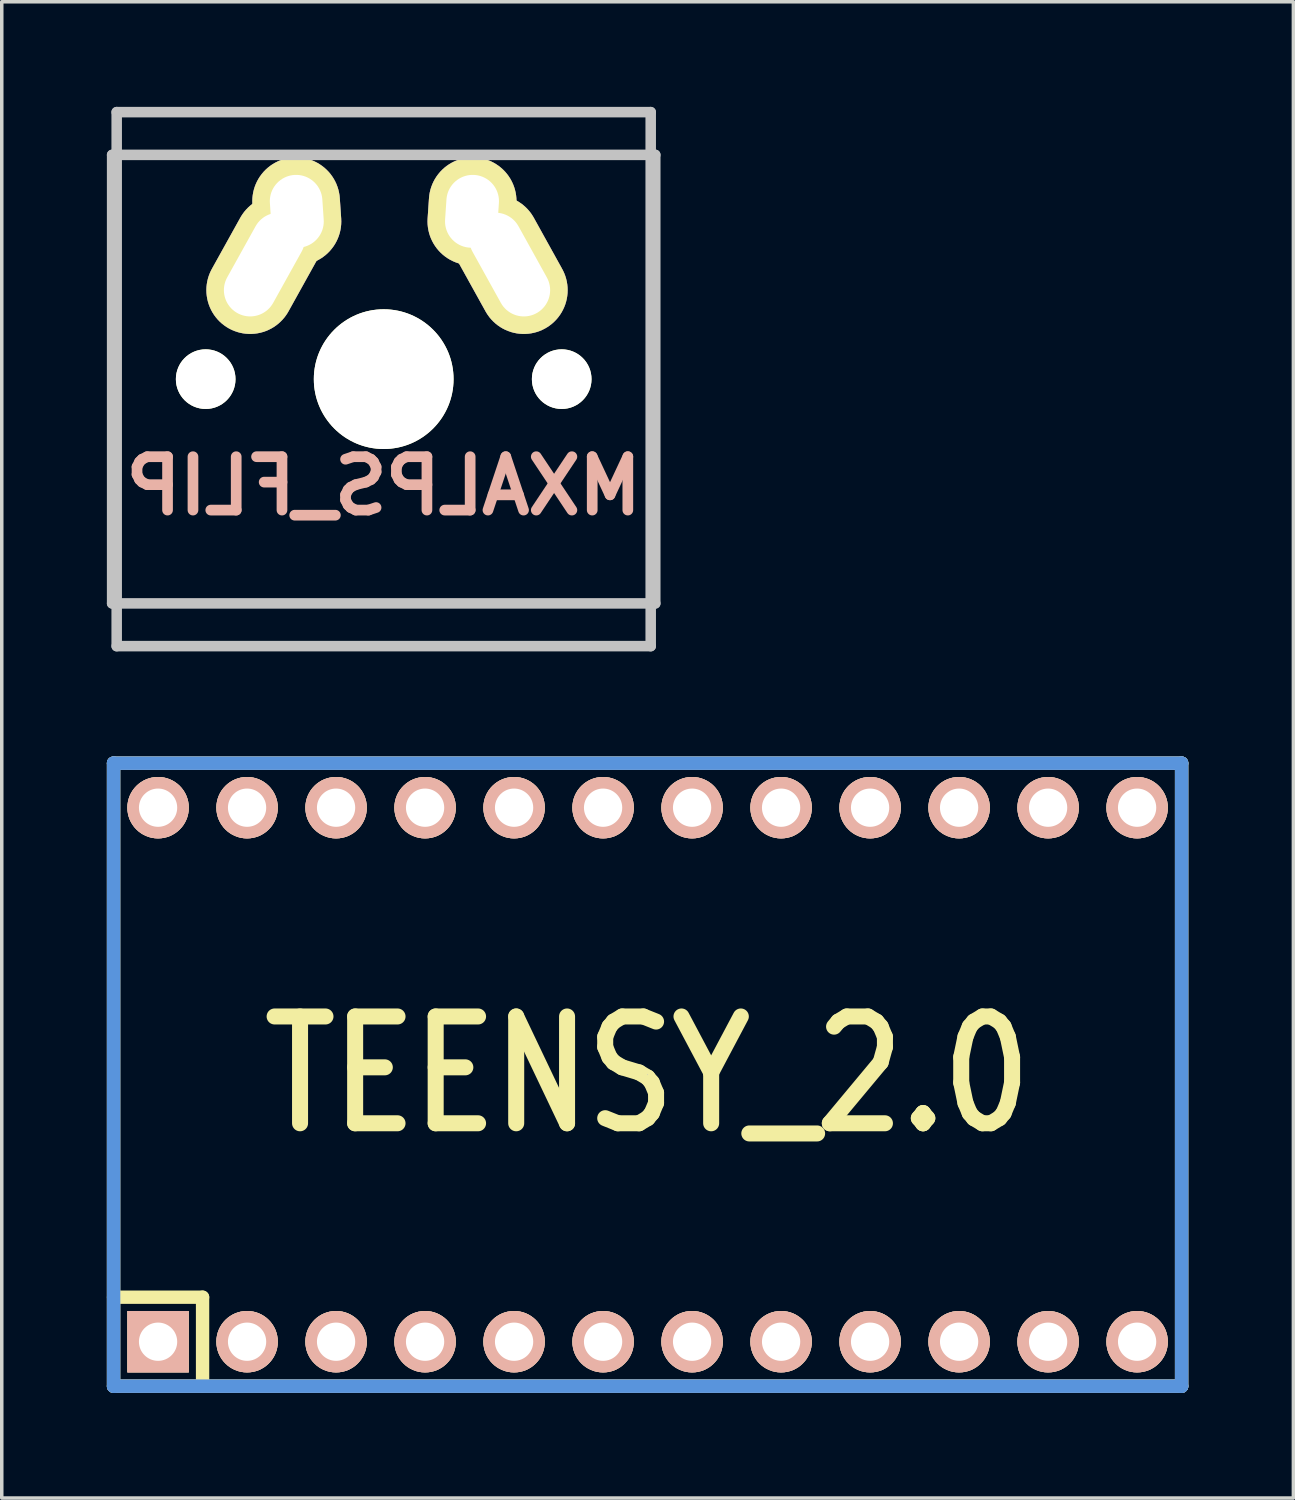
<source format=kicad_pcb>
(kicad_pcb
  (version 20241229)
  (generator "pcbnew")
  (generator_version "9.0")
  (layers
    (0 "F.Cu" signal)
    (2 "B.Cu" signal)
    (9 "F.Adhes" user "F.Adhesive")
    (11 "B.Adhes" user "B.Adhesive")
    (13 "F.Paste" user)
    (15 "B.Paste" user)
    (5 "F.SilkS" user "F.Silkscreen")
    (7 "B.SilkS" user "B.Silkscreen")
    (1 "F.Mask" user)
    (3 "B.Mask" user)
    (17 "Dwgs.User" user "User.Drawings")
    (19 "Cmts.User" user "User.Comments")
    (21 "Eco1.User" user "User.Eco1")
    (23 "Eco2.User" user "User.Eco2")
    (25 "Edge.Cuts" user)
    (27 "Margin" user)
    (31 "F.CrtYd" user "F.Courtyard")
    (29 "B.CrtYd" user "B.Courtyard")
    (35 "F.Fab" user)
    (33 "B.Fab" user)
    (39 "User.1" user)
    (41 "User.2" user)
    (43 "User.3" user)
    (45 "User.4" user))
  (footprint "TEENSY_2.0"
    (layer "F.Cu")
    (at 15.431 27.62)
    (property "Reference" "TEENSY_2.0" (at 0 0 0) (layer "F.SilkS") (effects (font (size 3.048 2.54) (thickness 0.457))))
    (attr through_hole)
    (fp_line (start -15.24 -8.89) (end -15.24 8.89) (stroke (width 0.381) (type solid)) (layer "F.SilkS"))
    (fp_line (start -15.24 6.35) (end -12.7 6.35) (stroke (width 0.381) (type solid)) (layer "F.SilkS"))
    (fp_line (start -15.24 8.89) (end 15.24 8.89) (stroke (width 0.381) (type solid)) (layer "F.SilkS"))
    (fp_line (start -12.7 6.35) (end -12.7 8.89) (stroke (width 0.381) (type solid)) (layer "F.SilkS"))
    (fp_line (start 15.24 -8.89) (end -15.24 -8.89) (stroke (width 0.381) (type solid)) (layer "F.SilkS"))
    (fp_line (start 15.24 8.89) (end 15.24 -8.89) (stroke (width 0.381) (type solid)) (layer "F.SilkS"))
    (fp_line (start -15.24 -8.89) (end -15.24 8.89) (stroke (width 0.381) (type solid)) (layer "Dwgs.User"))
    (fp_line (start -15.24 8.89) (end 15.24 8.89) (stroke (width 0.381) (type solid)) (layer "Dwgs.User"))
    (fp_line (start 0 0) (end 0 0) (stroke (width 0.025) (type solid)) (layer "Dwgs.User"))
    (fp_line (start 15.24 -8.89) (end -15.24 -8.89) (stroke (width 0.381) (type solid)) (layer "Dwgs.User"))
    (fp_line (start 15.24 8.89) (end 15.24 -8.89) (stroke (width 0.381) (type solid)) (layer "Dwgs.User"))
    (fp_line (start -15.24 -8.89) (end -15.24 8.89) (stroke (width 0.381) (type solid)) (layer "Cmts.User"))
    (fp_line (start -15.24 8.89) (end 15.24 8.89) (stroke (width 0.381) (type solid)) (layer "Cmts.User"))
    (fp_line (start 15.24 -8.89) (end -15.24 -8.89) (stroke (width 0.381) (type solid)) (layer "Cmts.User"))
    (fp_line (start 15.24 8.89) (end 15.24 -8.89) (stroke (width 0.381) (type solid)) (layer "Cmts.User"))
    (pad "1" thru_hole rect (at -13.97 7.62) (size 1.753 1.753) (drill 1.092) (layers "*.Cu" "*.SilkS" "*.Mask"))
    (pad "2" thru_hole circle (at -11.43 7.62) (size 1.753 1.753) (drill 1.092) (layers "*.Cu" "*.SilkS" "*.Mask"))
    (pad "3" thru_hole circle (at -8.89 7.62) (size 1.753 1.753) (drill 1.092) (layers "*.Cu" "*.SilkS" "*.Mask"))
    (pad "4" thru_hole circle (at -6.35 7.62) (size 1.753 1.753) (drill 1.092) (layers "*.Cu" "*.SilkS" "*.Mask"))
    (pad "5" thru_hole circle (at -3.81 7.62) (size 1.753 1.753) (drill 1.092) (layers "*.Cu" "*.SilkS" "*.Mask"))
    (pad "6" thru_hole circle (at -1.27 7.62) (size 1.753 1.753) (drill 1.092) (layers "*.Cu" "*.SilkS" "*.Mask"))
    (pad "7" thru_hole circle (at 1.27 7.62) (size 1.753 1.753) (drill 1.092) (layers "*.Cu" "*.SilkS" "*.Mask"))
    (pad "8" thru_hole circle (at 3.81 7.62) (size 1.753 1.753) (drill 1.092) (layers "*.Cu" "*.SilkS" "*.Mask"))
    (pad "9" thru_hole circle (at 6.35 7.62) (size 1.753 1.753) (drill 1.092) (layers "*.Cu" "*.SilkS" "*.Mask"))
    (pad "10" thru_hole circle (at 8.89 7.62) (size 1.753 1.753) (drill 1.092) (layers "*.Cu" "*.SilkS" "*.Mask"))
    (pad "11" thru_hole circle (at 11.43 7.62) (size 1.753 1.753) (drill 1.092) (layers "*.Cu" "*.SilkS" "*.Mask"))
    (pad "12" thru_hole circle (at 13.97 7.62) (size 1.753 1.753) (drill 1.092) (layers "*.Cu" "*.SilkS" "*.Mask"))
    (pad "18" thru_hole circle (at 13.97 -7.62) (size 1.753 1.753) (drill 1.092) (layers "*.Cu" "*.SilkS" "*.Mask"))
    (pad "19" thru_hole circle (at 11.43 -7.62) (size 1.753 1.753) (drill 1.092) (layers "*.Cu" "*.SilkS" "*.Mask"))
    (pad "20" thru_hole circle (at 8.89 -7.62) (size 1.753 1.753) (drill 1.092) (layers "*.Cu" "*.SilkS" "*.Mask"))
    (pad "21" thru_hole circle (at 6.35 -7.62) (size 1.753 1.753) (drill 1.092) (layers "*.Cu" "*.SilkS" "*.Mask"))
    (pad "22" thru_hole circle (at 3.81 -7.62) (size 1.753 1.753) (drill 1.092) (layers "*.Cu" "*.SilkS" "*.Mask"))
    (pad "23" thru_hole circle (at 1.27 -7.62) (size 1.753 1.753) (drill 1.092) (layers "*.Cu" "*.SilkS" "*.Mask"))
    (pad "24" thru_hole circle (at -1.27 -7.62) (size 1.753 1.753) (drill 1.092) (layers "*.Cu" "*.SilkS" "*.Mask"))
    (pad "25" thru_hole circle (at -3.81 -7.62) (size 1.753 1.753) (drill 1.092) (layers "*.Cu" "*.SilkS" "*.Mask"))
    (pad "26" thru_hole circle (at -6.35 -7.62) (size 1.753 1.753) (drill 1.092) (layers "*.Cu" "*.SilkS" "*.Mask"))
    (pad "27" thru_hole circle (at -8.89 -7.62) (size 1.753 1.753) (drill 1.092) (layers "*.Cu" "*.SilkS" "*.Mask"))
    (pad "28" thru_hole circle (at -11.43 -7.62) (size 1.753 1.753) (drill 1.092) (layers "*.Cu" "*.SilkS" "*.Mask"))
    (pad "29" thru_hole circle (at -13.97 -7.62) (size 1.753 1.753) (drill 1.092) (layers "*.Cu" "*.SilkS" "*.Mask")))
  (footprint "MXALPS_FLIP"
    (layer "F.Cu")
    (at 7.9 7.77)
    (property "Reference" "MXALPS_FLIP" (at 0 3.048 0) (layer "B.SilkS") (effects (font (size 1.524 1.524) (thickness 0.305)) (justify mirror)))
    (attr through_hole)
    (fp_line (start -7.75 6.4) (end -7.75 -6.4) (stroke (width 0.3) (type solid)) (layer "Dwgs.User"))
    (fp_line (start -7.75 6.4) (end 7.75 6.4) (stroke (width 0.3) (type solid)) (layer "Dwgs.User"))
    (fp_line (start -7.62 -7.62) (end 7.62 -7.62) (stroke (width 0.3) (type solid)) (layer "Dwgs.User"))
    (fp_line (start -7.62 7.62) (end -7.62 -7.62) (stroke (width 0.3) (type solid)) (layer "Dwgs.User"))
    (fp_line (start 7.62 -7.62) (end 7.62 7.62) (stroke (width 0.3) (type solid)) (layer "Dwgs.User"))
    (fp_line (start 7.62 7.62) (end -7.62 7.62) (stroke (width 0.3) (type solid)) (layer "Dwgs.User"))
    (fp_line (start 7.75 -6.4) (end -7.75 -6.4) (stroke (width 0.3) (type solid)) (layer "Dwgs.User"))
    (fp_line (start 7.75 6.4) (end 7.75 -6.4) (stroke (width 0.3) (type solid)) (layer "Dwgs.User"))
    (pad "" np_thru_hole circle (at -5.08 0) (size 1.702 1.702) (drill 1.702) (layers "*.Cu" "*.Mask" "F.SilkS"))
    (pad "" np_thru_hole circle (at 0 0) (size 3.988 3.988) (drill 3.988) (layers "*.Cu" "*.Mask" "F.SilkS"))
    (pad "" np_thru_hole circle (at 5.08 0) (size 1.702 1.702) (drill 1.702) (layers "*.Cu" "*.Mask" "F.SilkS"))
    (pad "1" thru_hole oval (at -3.405 -3.27 330.95) (size 2.5 4.17) (drill oval 1.5 3.17) (layers "*.Cu" "*.Mask" "F.SilkS"))
    (pad "1" thru_hole oval (at -2.48 -4.79 3.9) (size 2.5 3.08) (drill oval 1.5 2.08) (layers "*.Cu" "*.Mask" "F.SilkS"))
    (pad "2" thru_hole oval (at 2.52 -4.79 356.1) (size 2.5 3.08) (drill oval 1.5 2.08) (layers "*.Cu" "*.Mask" "F.SilkS"))
    (pad "2" thru_hole oval (at 3.595 -3.27 29) (size 2.5 4.17) (drill oval 1.5 3.17) (layers "*.Cu" "*.Mask" "F.SilkS")))
  (gr_rect
    (start -3 -3)
    (end 33.861 39.701)
    (stroke (width 0.1) (type default))
    (fill no)
    (layer "Edge.Cuts")))
</source>
